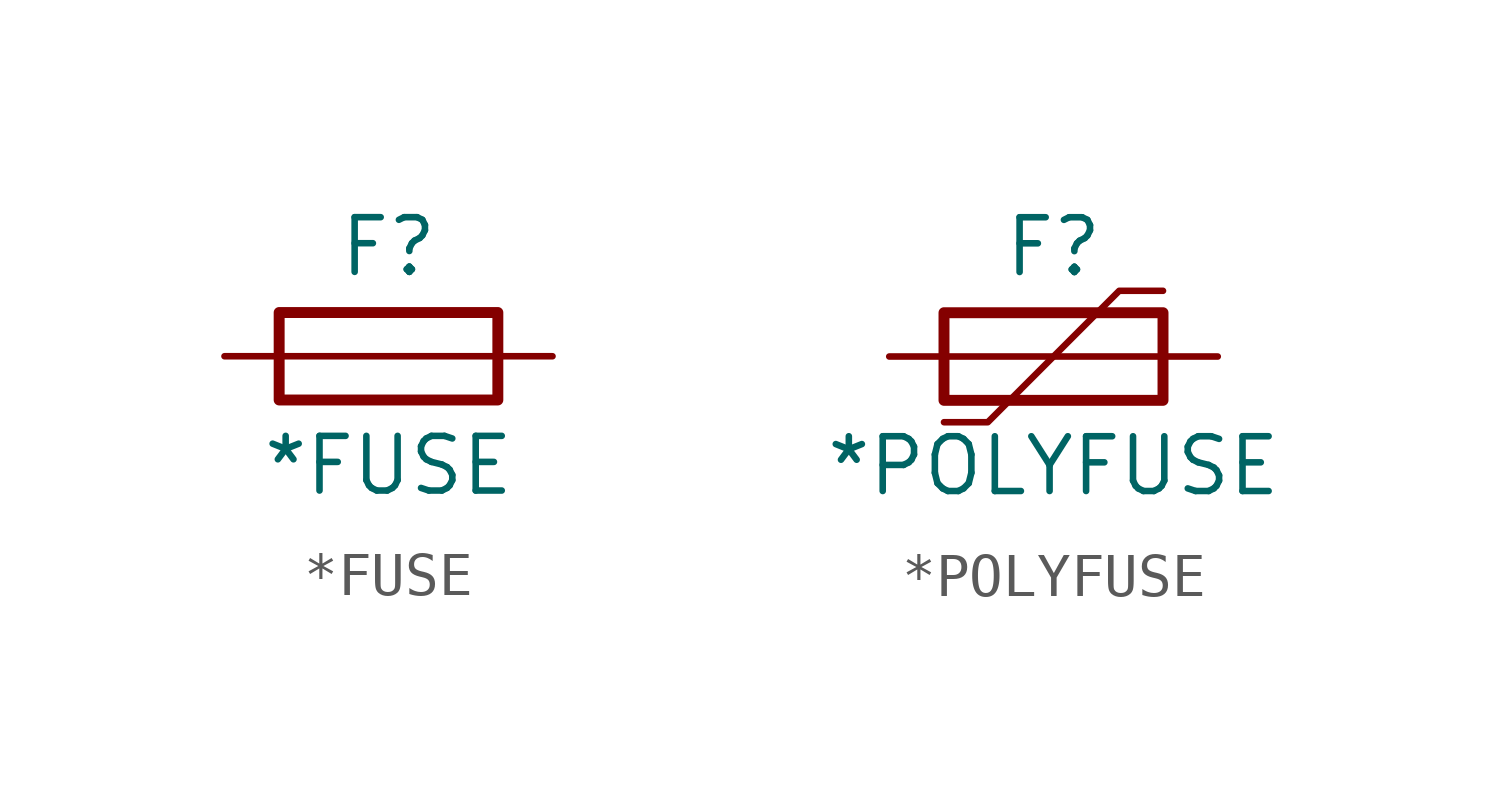
<source format=kicad_sym>
(kicad_symbol_lib
  (version 20211014)
  (generator kicad_symbol_editor)
  (symbol "*FUSE"
    (pin_numbers hide)
    (pin_names
      (offset 0) hide)
    (property "Reference" "F"
      (at 3.81 2.54 0)
      (effects (font (size 1.27 1.27))))
    (property "Value" "*FUSE"
      (at 3.81 -2.54 0)
      (effects (font (size 1.27 1.27))))
    (symbol "*FUSE_0_1"
      (polyline (pts (xy 1.27 0) (xy 6.35 0)) (stroke (width 0) (type default) (color 0 0 0 0)) (fill (type none)))
      (rectangle (start 1.27 1.016) (end 6.35 -1.016) (stroke (width 0.254) (type default) (color 0 0 0 0)) (fill (type none))))
    (symbol "*FUSE_1_1"
      (pin passive line (at 0 0 0) (length 1.27) (name "1" (effects (font (size 1.27 1.27)))) (number "1" (effects (font (size 1.27 1.27)))))
      (pin passive line (at 7.62 0 180) (length 1.27) (name "2" (effects (font (size 1.27 1.27)))) (number "2" (effects (font (size 1.27 1.27)))))))
  (symbol "*POLYFUSE"
    (pin_numbers hide)
    (pin_names
      (offset 0) hide)
    (property "Reference" "F"
      (at 3.81 2.54 0)
      (effects (font (size 1.27 1.27))))
    (property "Value" "*POLYFUSE"
      (at 3.81 -2.54 0)
      (effects (font (size 1.27 1.27))))
    (symbol "*POLYFUSE_0_1"
      (polyline (pts (xy 1.27 0) (xy 6.35 0)) (stroke (width 0) (type default) (color 0 0 0 0)) (fill (type none)))
      (polyline (pts (xy 1.27 -1.524) (xy 2.286 -1.524) (xy 5.334 1.524) (xy 6.35 1.524)) (stroke (width 0) (type default) (color 0 0 0 0)) (fill (type none)))
      (rectangle (start 1.27 1.016) (end 6.35 -1.016) (stroke (width 0.254) (type default) (color 0 0 0 0)) (fill (type none))))
    (symbol "*POLYFUSE_1_1"
      (pin passive line (at 0 0 0) (length 1.27) (name "1" (effects (font (size 1.27 1.27)))) (number "1" (effects (font (size 1.27 1.27)))))
      (pin passive line (at 7.62 0 180) (length 1.27) (name "2" (effects (font (size 1.27 1.27)))) (number "2" (effects (font (size 1.27 1.27))))))))
</source>
